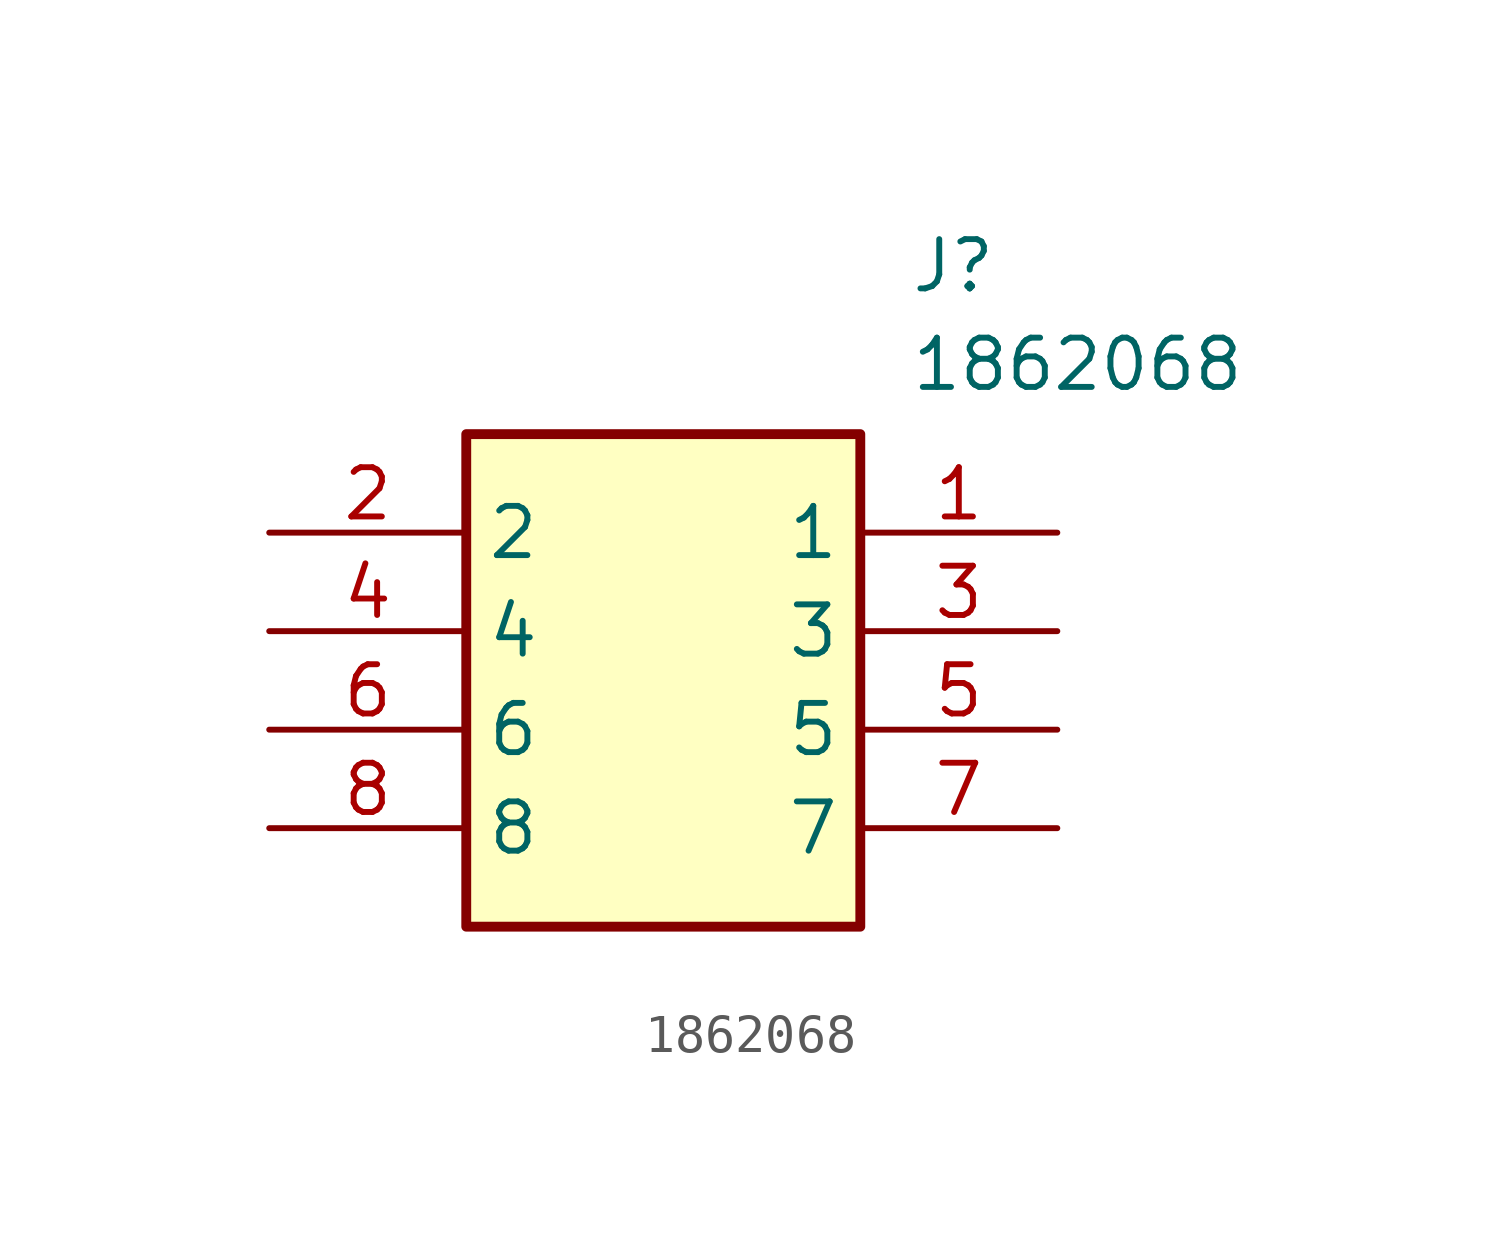
<source format=kicad_sym>
(kicad_symbol_lib
  (version 20211014)
  (generator SamacSys_ECAD_Model)
  (symbol "1862068"
    (property "Reference" "J"
      (at 16.51 7.62 0)
      (effects (font (size 1.27 1.27)) (justify left top)))
    (property "Value" "1862068"
      (at 16.51 5.08 0)
      (effects (font (size 1.27 1.27)) (justify left top)))
    (rectangle
      (start 5.08 2.54)
      (end 15.24 -10.16)
      (stroke (width 0.254) (type default))
      (fill (type background)))
    (pin passive line
      (at 20.32 0 180)
      (length 5.08)
      (name "1" (effects (font (size 1.27 1.27))))
      (number "1" (effects (font (size 1.27 1.27)))))
    (pin passive line
      (at 0 0 0)
      (length 5.08)
      (name "2" (effects (font (size 1.27 1.27))))
      (number "2" (effects (font (size 1.27 1.27)))))
    (pin passive line
      (at 20.32 -2.54 180)
      (length 5.08)
      (name "3" (effects (font (size 1.27 1.27))))
      (number "3" (effects (font (size 1.27 1.27)))))
    (pin passive line
      (at 0 -2.54 0)
      (length 5.08)
      (name "4" (effects (font (size 1.27 1.27))))
      (number "4" (effects (font (size 1.27 1.27)))))
    (pin passive line
      (at 20.32 -5.08 180)
      (length 5.08)
      (name "5" (effects (font (size 1.27 1.27))))
      (number "5" (effects (font (size 1.27 1.27)))))
    (pin passive line
      (at 0 -5.08 0)
      (length 5.08)
      (name "6" (effects (font (size 1.27 1.27))))
      (number "6" (effects (font (size 1.27 1.27)))))
    (pin passive line
      (at 20.32 -7.62 180)
      (length 5.08)
      (name "7" (effects (font (size 1.27 1.27))))
      (number "7" (effects (font (size 1.27 1.27)))))
    (pin passive line
      (at 0 -7.62 0)
      (length 5.08)
      (name "8" (effects (font (size 1.27 1.27))))
      (number "8" (effects (font (size 1.27 1.27)))))))
</source>
